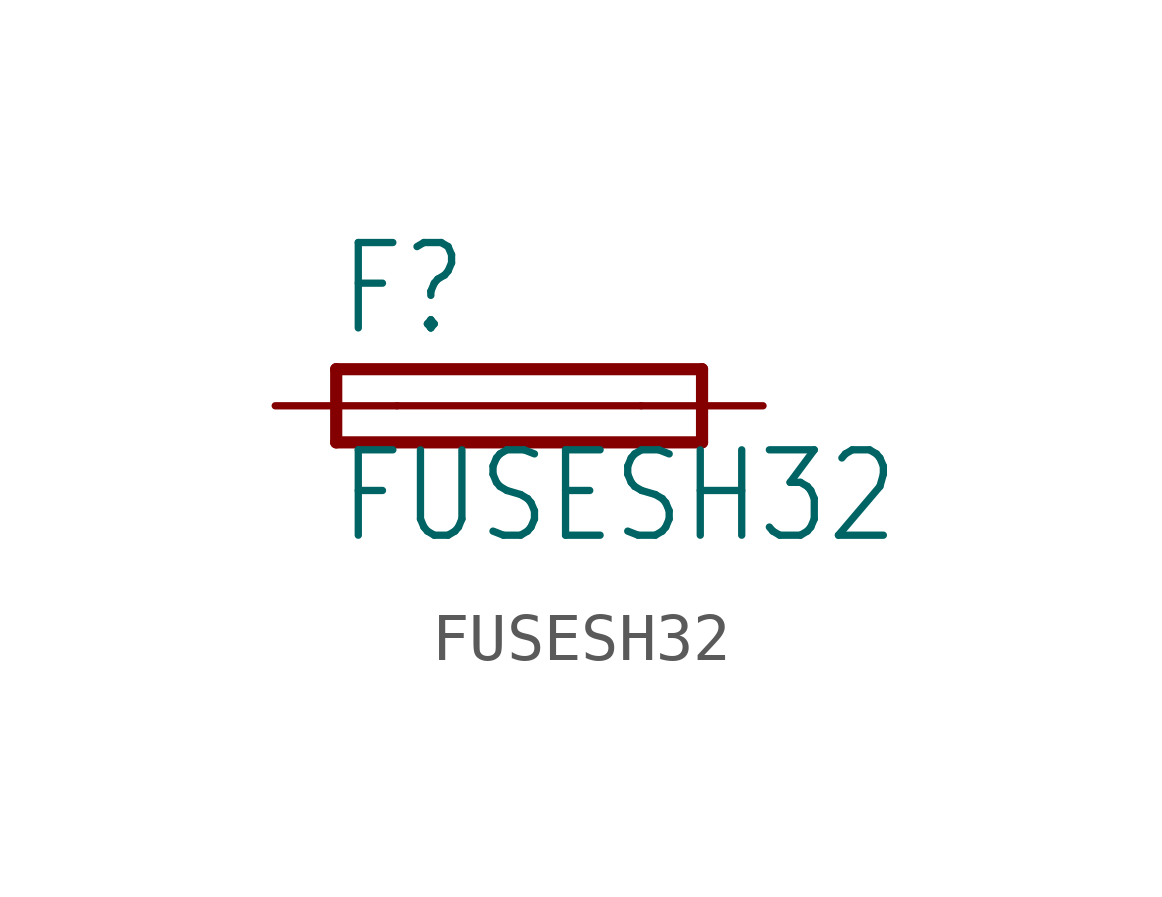
<source format=kicad_sym>
(kicad_symbol_lib
  (version 20200126)
  (host kicad_symbol_editor "5.99.0-unknown-aa7ce74~88~ubuntu18.04.1")
  (symbol "FUSESH32"
    (property "Reference" "F"
      (at -3.81 1.397 0)
      (effects (font (size 1.778 1.511)) (justify left bottom)))
    (property "Value" "FUSESH32"
      (at -3.81 -2.921 0)
      (effects (font (size 1.778 1.511)) (justify left bottom)))
    (property "ki_locked" ""
      (at 0 0 0)
      (effects (font (size 1.27 1.27))))
    (symbol "FUSESH32_1_0"
      (polyline (pts (xy -3.81 -0.762) (xy 3.81 -0.762)) (stroke (width 0.254)) (fill (type none)))
      (polyline (pts (xy 3.81 0.762) (xy -3.81 0.762)) (stroke (width 0.254)) (fill (type none)))
      (polyline (pts (xy 3.81 -0.762) (xy 3.81 0.762)) (stroke (width 0.254)) (fill (type none)))
      (polyline (pts (xy -3.81 0.762) (xy -3.81 -0.762)) (stroke (width 0.254)) (fill (type none)))
      (polyline (pts (xy -2.54 0) (xy 2.54 0)) (stroke (width 0.152)) (fill (type none)))
      (pin passive line (at 5.08 0 180) (length 2.54) (name "2" (effects (font (size 0 0)))) (number "2A" (effects (font (size 0 0)))))
      (pin passive line (at -5.08 0 0) (length 2.54) (name "1" (effects (font (size 0 0)))) (number "1A" (effects (font (size 0 0))))))))
</source>
